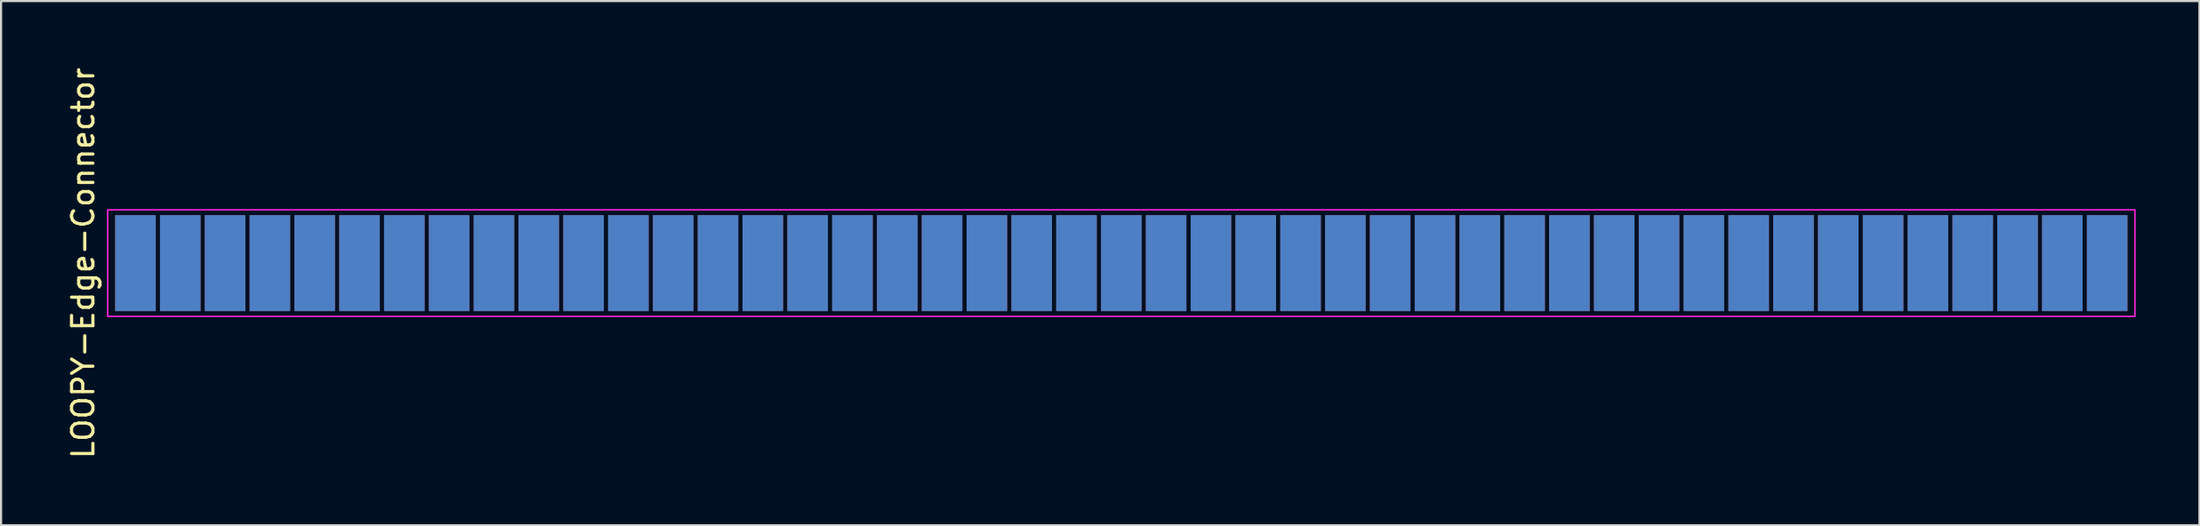
<source format=kicad_pcb>
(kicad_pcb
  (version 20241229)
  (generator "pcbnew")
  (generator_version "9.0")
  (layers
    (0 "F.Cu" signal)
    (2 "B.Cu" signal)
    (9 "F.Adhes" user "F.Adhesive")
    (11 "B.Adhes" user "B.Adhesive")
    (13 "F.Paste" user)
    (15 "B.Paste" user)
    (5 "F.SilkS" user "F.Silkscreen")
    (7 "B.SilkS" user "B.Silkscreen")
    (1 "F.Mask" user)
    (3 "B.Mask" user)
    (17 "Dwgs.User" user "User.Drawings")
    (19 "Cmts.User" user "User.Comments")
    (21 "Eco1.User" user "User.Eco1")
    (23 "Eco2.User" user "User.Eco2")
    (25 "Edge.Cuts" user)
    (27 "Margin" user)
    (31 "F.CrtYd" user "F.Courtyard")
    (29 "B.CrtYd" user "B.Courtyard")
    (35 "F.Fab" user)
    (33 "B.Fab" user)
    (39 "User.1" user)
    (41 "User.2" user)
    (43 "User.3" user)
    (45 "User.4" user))
  (footprint "LOOPY-Edge-Connector"
    (layer "F.Cu")
    (at 49.498 9.292)
    (property "Reference" "LOOPY-Edge-Connector" (at -48.65 0 90) (layer "F.SilkS") (effects (font (size 1 1) (thickness 0.15))))
    (attr through_hole)
    (fp_rect (start -47.5 -2.5) (end 47.5 2.5) (stroke (width 0.05) (type default)) (fill no) (layer "F.CrtYd"))
    (fp_rect (start -47.5 -2.5) (end 47.5 2.5) (stroke (width 0.05) (type default)) (fill no) (layer "F.CrtYd"))
    (pad "1" smd rect (at -46.2 0) (size 1.9 4.5) (layers "F.Cu" "F.Mask" "F.Paste"))
    (pad "2" smd rect (at -44.1 0) (size 1.9 4.5) (layers "F.Cu" "F.Mask" "F.Paste"))
    (pad "3" smd rect (at -42 0) (size 1.9 4.5) (layers "F.Cu" "F.Mask" "F.Paste"))
    (pad "4" smd rect (at -39.9 0) (size 1.9 4.5) (layers "F.Cu" "F.Mask" "F.Paste"))
    (pad "5" smd rect (at -37.8 0) (size 1.9 4.5) (layers "F.Cu" "F.Mask" "F.Paste"))
    (pad "6" smd rect (at -35.7 0) (size 1.9 4.5) (layers "F.Cu" "F.Mask" "F.Paste"))
    (pad "7" smd rect (at -33.6 0) (size 1.9 4.5) (layers "F.Cu" "F.Mask" "F.Paste"))
    (pad "8" smd rect (at -31.5 0) (size 1.9 4.5) (layers "F.Cu" "F.Mask" "F.Paste"))
    (pad "9" smd rect (at -29.4 0) (size 1.9 4.5) (layers "F.Cu" "F.Mask" "F.Paste"))
    (pad "10" smd rect (at -27.3 0) (size 1.9 4.5) (layers "F.Cu" "F.Mask" "F.Paste"))
    (pad "11" smd rect (at -25.2 0) (size 1.9 4.5) (layers "F.Cu" "F.Mask" "F.Paste"))
    (pad "12" smd rect (at -23.1 0) (size 1.9 4.5) (layers "F.Cu" "F.Mask" "F.Paste"))
    (pad "13" smd rect (at -21 0) (size 1.9 4.5) (layers "F.Cu" "F.Mask" "F.Paste"))
    (pad "14" smd rect (at -18.9 0) (size 1.9 4.5) (layers "F.Cu" "F.Mask" "F.Paste"))
    (pad "15" smd rect (at -16.8 0) (size 1.9 4.5) (layers "F.Cu" "F.Mask" "F.Paste"))
    (pad "16" smd rect (at -14.7 0) (size 1.9 4.5) (layers "F.Cu" "F.Mask" "F.Paste"))
    (pad "17" smd rect (at -12.6 0) (size 1.9 4.5) (layers "F.Cu" "F.Mask" "F.Paste"))
    (pad "18" smd rect (at -10.5 0) (size 1.9 4.5) (layers "F.Cu" "F.Mask" "F.Paste"))
    (pad "19" smd rect (at -8.4 0) (size 1.9 4.5) (layers "F.Cu" "F.Mask" "F.Paste"))
    (pad "20" smd rect (at -6.3 0) (size 1.9 4.5) (layers "F.Cu" "F.Mask" "F.Paste"))
    (pad "21" smd rect (at -4.2 0) (size 1.9 4.5) (layers "F.Cu" "F.Mask" "F.Paste"))
    (pad "22" smd rect (at -2.1 0) (size 1.9 4.5) (layers "F.Cu" "F.Mask" "F.Paste"))
    (pad "23" smd rect (at 0 0) (size 1.9 4.5) (layers "F.Cu" "F.Mask" "F.Paste"))
    (pad "24" smd rect (at 2.1 0) (size 1.9 4.5) (layers "F.Cu" "F.Mask" "F.Paste"))
    (pad "25" smd rect (at 4.2 0) (size 1.9 4.5) (layers "F.Cu" "F.Mask" "F.Paste"))
    (pad "26" smd rect (at 6.3 0) (size 1.9 4.5) (layers "F.Cu" "F.Mask" "F.Paste"))
    (pad "27" smd rect (at 8.4 0) (size 1.9 4.5) (layers "F.Cu" "F.Mask" "F.Paste"))
    (pad "28" smd rect (at 10.5 0) (size 1.9 4.5) (layers "F.Cu" "F.Mask" "F.Paste"))
    (pad "29" smd rect (at 12.6 0) (size 1.9 4.5) (layers "F.Cu" "F.Mask" "F.Paste"))
    (pad "30" smd rect (at 14.7 0) (size 1.9 4.5) (layers "F.Cu" "F.Mask" "F.Paste"))
    (pad "31" smd rect (at 16.8 0) (size 1.9 4.5) (layers "F.Cu" "F.Mask" "F.Paste"))
    (pad "32" smd rect (at 18.9 0) (size 1.9 4.5) (layers "F.Cu" "F.Mask" "F.Paste"))
    (pad "33" smd rect (at 21 0) (size 1.9 4.5) (layers "F.Cu" "F.Mask" "F.Paste"))
    (pad "34" smd rect (at 23.1 0) (size 1.9 4.5) (layers "F.Cu" "F.Mask" "F.Paste"))
    (pad "35" smd rect (at 25.2 0) (size 1.9 4.5) (layers "F.Cu" "F.Mask" "F.Paste"))
    (pad "36" smd rect (at 27.3 0) (size 1.9 4.5) (layers "F.Cu" "F.Mask" "F.Paste"))
    (pad "37" smd rect (at 29.4 0) (size 1.9 4.5) (layers "F.Cu" "F.Mask" "F.Paste"))
    (pad "38" smd rect (at 31.5 0) (size 1.9 4.5) (layers "F.Cu" "F.Mask" "F.Paste"))
    (pad "39" smd rect (at 33.6 0) (size 1.9 4.5) (layers "F.Cu" "F.Mask" "F.Paste"))
    (pad "40" smd rect (at 35.7 0) (size 1.9 4.5) (layers "F.Cu" "F.Mask" "F.Paste"))
    (pad "41" smd rect (at 37.8 0) (size 1.9 4.5) (layers "F.Cu" "F.Mask" "F.Paste"))
    (pad "42" smd rect (at 39.9 0) (size 1.9 4.5) (layers "F.Cu" "F.Mask" "F.Paste"))
    (pad "43" smd rect (at 42 0) (size 1.9 4.5) (layers "F.Cu" "F.Mask" "F.Paste"))
    (pad "44" smd rect (at 44.1 0) (size 1.9 4.5) (layers "F.Cu" "F.Mask" "F.Paste"))
    (pad "45" smd rect (at 46.2 0) (size 1.9 4.5) (layers "F.Cu" "F.Mask" "F.Paste"))
    (pad "46" smd rect (at -46.2 0) (size 1.9 4.5) (layers "B.Cu" "B.Mask" "B.Paste"))
    (pad "47" smd rect (at -44.1 0) (size 1.9 4.5) (layers "B.Cu" "B.Mask" "B.Paste"))
    (pad "48" smd rect (at -42 0) (size 1.9 4.5) (layers "B.Cu" "B.Mask" "B.Paste"))
    (pad "49" smd rect (at -39.9 0) (size 1.9 4.5) (layers "B.Cu" "B.Mask" "B.Paste"))
    (pad "50" smd rect (at -37.8 0) (size 1.9 4.5) (layers "B.Cu" "B.Mask" "B.Paste"))
    (pad "51" smd rect (at -35.7 0) (size 1.9 4.5) (layers "B.Cu" "B.Mask" "B.Paste"))
    (pad "52" smd rect (at -33.6 0) (size 1.9 4.5) (layers "B.Cu" "B.Mask" "B.Paste"))
    (pad "53" smd rect (at -31.5 0) (size 1.9 4.5) (layers "B.Cu" "B.Mask" "B.Paste"))
    (pad "54" smd rect (at -29.4 0) (size 1.9 4.5) (layers "B.Cu" "B.Mask" "B.Paste"))
    (pad "55" smd rect (at -27.3 0) (size 1.9 4.5) (layers "B.Cu" "B.Mask" "B.Paste"))
    (pad "56" smd rect (at -25.2 0) (size 1.9 4.5) (layers "B.Cu" "B.Mask" "B.Paste"))
    (pad "57" smd rect (at -23.1 0) (size 1.9 4.5) (layers "B.Cu" "B.Mask" "B.Paste"))
    (pad "58" smd rect (at -21 0) (size 1.9 4.5) (layers "B.Cu" "B.Mask" "B.Paste"))
    (pad "59" smd rect (at -18.9 0) (size 1.9 4.5) (layers "B.Cu" "B.Mask" "B.Paste"))
    (pad "60" smd rect (at -16.8 0) (size 1.9 4.5) (layers "B.Cu" "B.Mask" "B.Paste"))
    (pad "61" smd rect (at -14.7 0) (size 1.9 4.5) (layers "B.Cu" "B.Mask" "B.Paste"))
    (pad "62" smd rect (at -12.6 0) (size 1.9 4.5) (layers "B.Cu" "B.Mask" "B.Paste"))
    (pad "63" smd rect (at -10.5 0) (size 1.9 4.5) (layers "B.Cu" "B.Mask" "B.Paste"))
    (pad "64" smd rect (at -8.4 0) (size 1.9 4.5) (layers "B.Cu" "B.Mask" "B.Paste"))
    (pad "65" smd rect (at -6.3 0) (size 1.9 4.5) (layers "B.Cu" "B.Mask" "B.Paste"))
    (pad "66" smd rect (at -4.2 0) (size 1.9 4.5) (layers "B.Cu" "B.Mask" "B.Paste"))
    (pad "67" smd rect (at -2.1 0) (size 1.9 4.5) (layers "B.Cu" "B.Mask" "B.Paste"))
    (pad "68" smd rect (at 0 0) (size 1.9 4.5) (layers "B.Cu" "B.Mask" "B.Paste"))
    (pad "69" smd rect (at 2.1 0) (size 1.9 4.5) (layers "B.Cu" "B.Mask" "B.Paste"))
    (pad "70" smd rect (at 4.2 0) (size 1.9 4.5) (layers "B.Cu" "B.Mask" "B.Paste"))
    (pad "71" smd rect (at 6.3 0) (size 1.9 4.5) (layers "B.Cu" "B.Mask" "B.Paste"))
    (pad "72" smd rect (at 8.4 0) (size 1.9 4.5) (layers "B.Cu" "B.Mask" "B.Paste"))
    (pad "73" smd rect (at 10.5 0) (size 1.9 4.5) (layers "B.Cu" "B.Mask" "B.Paste"))
    (pad "74" smd rect (at 12.6 0) (size 1.9 4.5) (layers "B.Cu" "B.Mask" "B.Paste"))
    (pad "75" smd rect (at 14.7 0) (size 1.9 4.5) (layers "B.Cu" "B.Mask" "B.Paste"))
    (pad "76" smd rect (at 16.8 0) (size 1.9 4.5) (layers "B.Cu" "B.Mask" "B.Paste"))
    (pad "77" smd rect (at 18.9 0) (size 1.9 4.5) (layers "B.Cu" "B.Mask" "B.Paste"))
    (pad "78" smd rect (at 21 0) (size 1.9 4.5) (layers "B.Cu" "B.Mask" "B.Paste"))
    (pad "79" smd rect (at 23.1 0) (size 1.9 4.5) (layers "B.Cu" "B.Mask" "B.Paste"))
    (pad "80" smd rect (at 25.2 0) (size 1.9 4.5) (layers "B.Cu" "B.Mask" "B.Paste"))
    (pad "81" smd rect (at 27.3 0) (size 1.9 4.5) (layers "B.Cu" "B.Mask" "B.Paste"))
    (pad "82" smd rect (at 29.4 0) (size 1.9 4.5) (layers "B.Cu" "B.Mask" "B.Paste"))
    (pad "83" smd rect (at 31.5 0) (size 1.9 4.5) (layers "B.Cu" "B.Mask" "B.Paste"))
    (pad "84" smd rect (at 33.6 0) (size 1.9 4.5) (layers "B.Cu" "B.Mask" "B.Paste"))
    (pad "85" smd rect (at 35.7 0) (size 1.9 4.5) (layers "B.Cu" "B.Mask" "B.Paste"))
    (pad "86" smd rect (at 37.8 0) (size 1.9 4.5) (layers "B.Cu" "B.Mask" "B.Paste"))
    (pad "87" smd rect (at 39.9 0) (size 1.9 4.5) (layers "B.Cu" "B.Mask" "B.Paste"))
    (pad "88" smd rect (at 42 0) (size 1.9 4.5) (layers "B.Cu" "B.Mask" "B.Paste"))
    (pad "89" smd rect (at 44.1 0) (size 1.9 4.5) (layers "B.Cu" "B.Mask" "B.Paste"))
    (pad "90" smd rect (at 46.2 0) (size 1.9 4.5) (layers "B.Cu" "B.Mask" "B.Paste")))
  (gr_rect
    (start -3 -3)
    (end 100.023 21.583)
    (stroke (width 0.1) (type default))
    (fill no)
    (layer "Edge.Cuts")))
</source>
